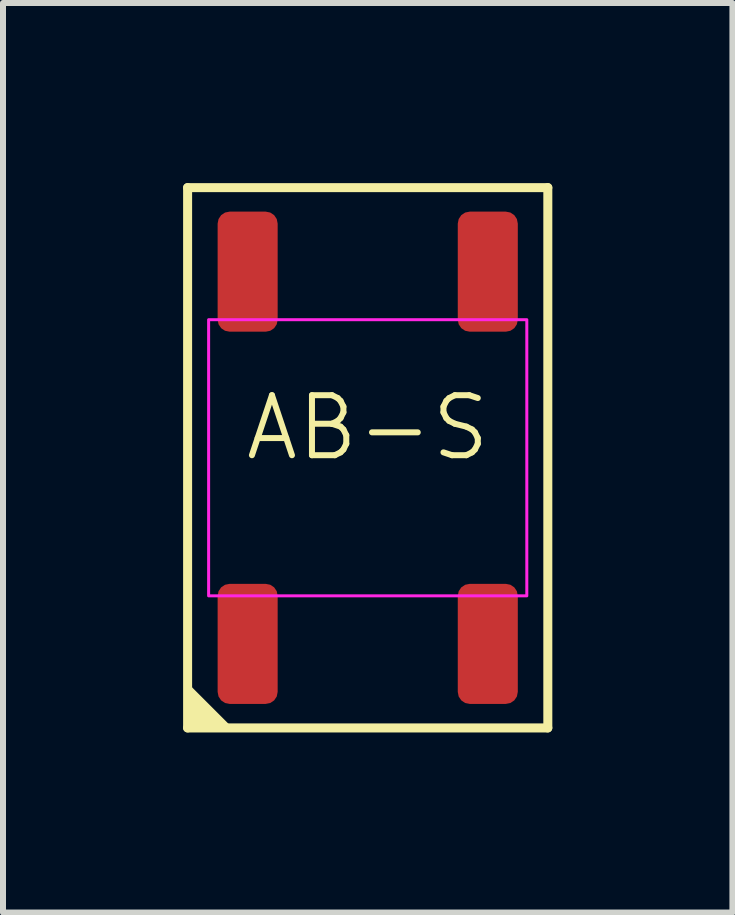
<source format=kicad_pcb>
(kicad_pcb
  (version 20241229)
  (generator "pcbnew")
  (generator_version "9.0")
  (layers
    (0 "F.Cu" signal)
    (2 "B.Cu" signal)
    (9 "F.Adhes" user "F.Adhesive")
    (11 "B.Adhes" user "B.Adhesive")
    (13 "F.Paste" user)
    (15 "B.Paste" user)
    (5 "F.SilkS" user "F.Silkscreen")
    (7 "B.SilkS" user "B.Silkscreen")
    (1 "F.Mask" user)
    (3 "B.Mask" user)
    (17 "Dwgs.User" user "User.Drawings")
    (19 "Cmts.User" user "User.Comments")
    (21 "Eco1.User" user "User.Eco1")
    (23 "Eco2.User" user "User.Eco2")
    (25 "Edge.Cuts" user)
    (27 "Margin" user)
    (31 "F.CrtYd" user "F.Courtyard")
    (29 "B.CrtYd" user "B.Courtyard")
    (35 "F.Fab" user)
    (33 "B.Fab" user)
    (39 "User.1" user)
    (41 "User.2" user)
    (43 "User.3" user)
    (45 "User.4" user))
  (footprint "AB-S"
    (layer "F.Cu")
    (at 3.075 4.575)
    (property "Reference" "AB-S" (at 0 -0.5 0) (unlocked yes) (layer "F.SilkS") (effects (font (size 1 1) (thickness 0.1))))
    (fp_line (start -3 -4.5) (end 3 -4.5) (stroke (width 0.15) (type solid)) (layer "F.SilkS"))
    (fp_line (start -3 4.5) (end -3 -4.5) (stroke (width 0.15) (type solid)) (layer "F.SilkS"))
    (fp_line (start 3 -4.5) (end 3 4.5) (stroke (width 0.15) (type solid)) (layer "F.SilkS"))
    (fp_line (start 3 4.5) (end -3 4.5) (stroke (width 0.15) (type solid)) (layer "F.SilkS"))
    (fp_poly (pts (xy -3 4.5) (xy -2.25 4.5) (xy -3 3.75)) (stroke (width 0) (type default)) (fill yes) (layer "F.SilkS"))
    (fp_rect (start -2.65 -2.3) (end 2.65 2.3) (stroke (width 0.05) (type default)) (fill no) (layer "F.CrtYd"))
    (pad "1" smd roundrect (at -2 3.1) (size 1 2) (layers "F.Cu" "F.Mask" "F.Paste") (roundrect_rratio 0.2))
    (pad "2" smd roundrect (at 2 3.1) (size 1 2) (layers "F.Cu" "F.Mask" "F.Paste") (roundrect_rratio 0.2))
    (pad "3" smd roundrect (at 2 -3.1) (size 1 2) (layers "F.Cu" "F.Mask" "F.Paste") (roundrect_rratio 0.2))
    (pad "4" smd roundrect (at -2 -3.1) (size 1 2) (layers "F.Cu" "F.Mask" "F.Paste") (roundrect_rratio 0.2)))
  (gr_rect
    (start -3 -3)
    (end 9.15 12.15)
    (stroke (width 0.1) (type default))
    (fill no)
    (layer "Edge.Cuts")))
</source>
